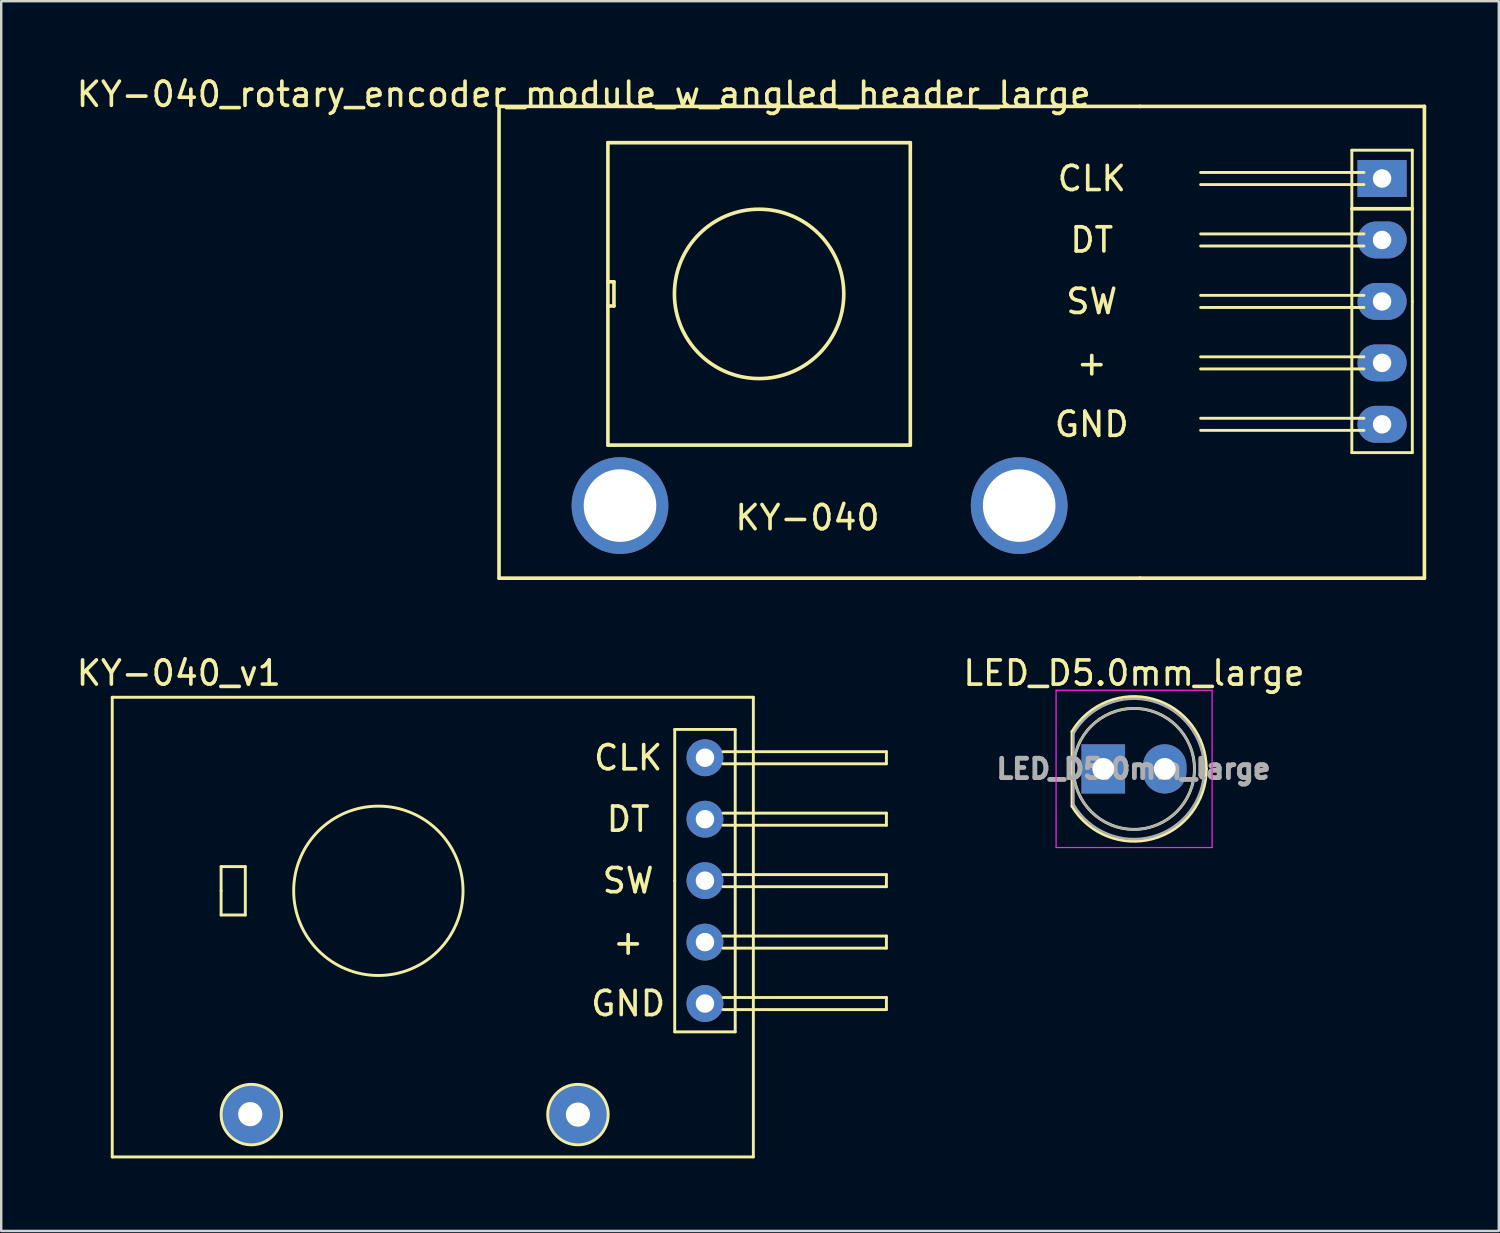
<source format=kicad_pcb>
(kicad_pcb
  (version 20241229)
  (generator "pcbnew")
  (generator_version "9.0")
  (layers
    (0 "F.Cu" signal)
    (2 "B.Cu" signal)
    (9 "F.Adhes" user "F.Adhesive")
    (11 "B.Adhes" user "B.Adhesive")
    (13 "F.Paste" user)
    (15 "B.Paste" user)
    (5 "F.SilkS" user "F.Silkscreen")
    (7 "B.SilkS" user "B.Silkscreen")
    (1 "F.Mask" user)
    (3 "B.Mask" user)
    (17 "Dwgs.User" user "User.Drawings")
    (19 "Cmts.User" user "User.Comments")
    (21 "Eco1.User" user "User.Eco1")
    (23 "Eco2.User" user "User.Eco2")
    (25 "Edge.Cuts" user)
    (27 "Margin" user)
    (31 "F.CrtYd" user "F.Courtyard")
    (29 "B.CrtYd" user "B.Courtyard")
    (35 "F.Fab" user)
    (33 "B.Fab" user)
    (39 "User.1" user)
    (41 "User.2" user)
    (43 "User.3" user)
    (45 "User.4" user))
  (footprint "KY-040_v1"
    (layer "F.Cu")
    (at 26.089 28.271)
    (property "Reference" "KY-040_v1" (at -21.75 -3.5 0) (layer "F.SilkS") (effects (font (size 1 1) (thickness 0.15))))
    (attr through_hole)
    (fp_line (start -24.5 -2.5) (end -24.5 16.5) (stroke (width 0.12) (type solid)) (layer "F.SilkS"))
    (fp_line (start -24.5 16.5) (end 2 16.5) (stroke (width 0.12) (type solid)) (layer "F.SilkS"))
    (fp_line (start -20 4.5) (end -19 4.5) (stroke (width 0.12) (type solid)) (layer "F.SilkS"))
    (fp_line (start -20 5.5) (end -20 4.5) (stroke (width 0.12) (type solid)) (layer "F.SilkS"))
    (fp_line (start -20 5.5) (end -20 6.5) (stroke (width 0.12) (type solid)) (layer "F.SilkS"))
    (fp_line (start -20 6.5) (end -19 6.5) (stroke (width 0.12) (type solid)) (layer "F.SilkS"))
    (fp_line (start -19 4.5) (end -19 6.5) (stroke (width 0.12) (type solid)) (layer "F.SilkS"))
    (fp_line (start -1.25 -1.17) (end 1.25 -1.17) (stroke (width 0.12) (type solid)) (layer "F.SilkS"))
    (fp_line (start -1.25 5.08) (end -1.25 -1.17) (stroke (width 0.12) (type solid)) (layer "F.SilkS"))
    (fp_line (start -1.25 11.33) (end -1.25 5.08) (stroke (width 0.12) (type solid)) (layer "F.SilkS"))
    (fp_line (start 0.75 -0.25) (end 7.5 -0.25) (stroke (width 0.12) (type solid)) (layer "F.SilkS"))
    (fp_line (start 0.75 2.29) (end 7.5 2.29) (stroke (width 0.12) (type solid)) (layer "F.SilkS"))
    (fp_line (start 0.75 4.83) (end 7.5 4.83) (stroke (width 0.12) (type solid)) (layer "F.SilkS"))
    (fp_line (start 0.75 7.37) (end 7.5 7.37) (stroke (width 0.12) (type solid)) (layer "F.SilkS"))
    (fp_line (start 0.75 9.91) (end 7.5 9.91) (stroke (width 0.12) (type solid)) (layer "F.SilkS"))
    (fp_line (start 1.25 -1.17) (end 1.25 11.33) (stroke (width 0.12) (type solid)) (layer "F.SilkS"))
    (fp_line (start 1.25 11.33) (end -1.25 11.33) (stroke (width 0.12) (type solid)) (layer "F.SilkS"))
    (fp_line (start 2 -2.5) (end -24.5 -2.5) (stroke (width 0.12) (type solid)) (layer "F.SilkS"))
    (fp_line (start 2 16.5) (end 2 -2.5) (stroke (width 0.12) (type solid)) (layer "F.SilkS"))
    (fp_line (start 7.5 -0.25) (end 7.5 0.25) (stroke (width 0.12) (type solid)) (layer "F.SilkS"))
    (fp_line (start 7.5 0.25) (end 0.75 0.25) (stroke (width 0.12) (type solid)) (layer "F.SilkS"))
    (fp_line (start 7.5 2.29) (end 7.5 2.79) (stroke (width 0.12) (type solid)) (layer "F.SilkS"))
    (fp_line (start 7.5 2.79) (end 0.75 2.79) (stroke (width 0.12) (type solid)) (layer "F.SilkS"))
    (fp_line (start 7.5 4.83) (end 7.5 5.33) (stroke (width 0.12) (type solid)) (layer "F.SilkS"))
    (fp_line (start 7.5 5.33) (end 0.75 5.33) (stroke (width 0.12) (type solid)) (layer "F.SilkS"))
    (fp_line (start 7.5 7.37) (end 7.5 7.87) (stroke (width 0.12) (type solid)) (layer "F.SilkS"))
    (fp_line (start 7.5 7.87) (end 0.75 7.87) (stroke (width 0.12) (type solid)) (layer "F.SilkS"))
    (fp_line (start 7.5 9.91) (end 7.5 10.41) (stroke (width 0.12) (type solid)) (layer "F.SilkS"))
    (fp_line (start 7.5 10.41) (end 0.75 10.41) (stroke (width 0.12) (type solid)) (layer "F.SilkS"))
    (fp_circle (center -18.75 14.75) (end -17.5 14.75) (stroke (width 0.12) (type solid)) (fill no) (layer "F.SilkS"))
    (fp_circle (center -13.5 5.5) (end -10 5.5) (stroke (width 0.12) (type solid)) (fill no) (layer "F.SilkS"))
    (fp_circle (center -5.25 14.75) (end -4 14.75) (stroke (width 0.12) (type solid)) (fill no) (layer "F.SilkS"))
    (fp_text user "GND" (at -3.175 10.16 0) (layer "F.SilkS") (effects (font (size 1 1) (thickness 0.15))))
    (fp_text user "SW" (at -3.175 5.08 0) (layer "F.SilkS") (effects (font (size 1 1) (thickness 0.15))))
    (fp_text user "CLK" (at -3.175 0 0) (layer "F.SilkS") (effects (font (size 1 1) (thickness 0.15))))
    (fp_text user "+" (at -3.175 7.62 0) (layer "F.SilkS") (effects (font (size 1 1) (thickness 0.15))))
    (fp_text user "DT" (at -3.175 2.54 0) (layer "F.SilkS") (effects (font (size 1 1) (thickness 0.15))))
    (pad "" np_thru_hole circle (at -18.796 14.732) (size 2.5 2.5) (drill 1) (layers "*.Cu" "*.Mask"))
    (pad "" np_thru_hole circle (at -5.25 14.75) (size 2.5 2.5) (drill 1) (layers "*.Cu" "*.Mask"))
    (pad "1" thru_hole circle (at 0 0) (size 1.524 1.524) (drill 0.762) (layers "*.Cu" "*.Mask"))
    (pad "2" thru_hole circle (at 0 2.54) (size 1.524 1.524) (drill 0.762) (layers "*.Cu" "*.Mask"))
    (pad "3" thru_hole circle (at 0 5.08) (size 1.524 1.524) (drill 0.762) (layers "*.Cu" "*.Mask"))
    (pad "4" thru_hole circle (at 0 7.62) (size 1.524 1.524) (drill 0.762) (layers "*.Cu" "*.Mask"))
    (pad "5" thru_hole circle (at 0 10.16) (size 1.524 1.524) (drill 0.762) (layers "*.Cu" "*.Mask")))
  (footprint "LED_D5.0mm_large"
    (layer "F.Cu")
    (at 42.552 28.732)
    (property "Reference" "LED_D5.0mm_large" (at 1.27 -3.96 0) (layer "F.SilkS") (effects (font (size 1 1) (thickness 0.15))))
    (attr through_hole)
    (fp_line (start -1.29 -1.545) (end -1.29 1.545) (stroke (width 0.12) (type solid)) (layer "F.SilkS"))
    (fp_arc (start -1.29 -1.54483) (mid 2.072002 -2.880433) (end 4.26 0.000462) (stroke (width 0.12) (type solid)) (layer "F.SilkS"))
    (fp_arc (start 4.26 -0.000462) (mid 2.072002 2.880433) (end -1.29 1.54483) (stroke (width 0.12) (type solid)) (layer "F.SilkS"))
    (fp_circle (center 1.27 0) (end 3.77 0) (stroke (width 0.12) (type solid)) (fill no) (layer "F.SilkS"))
    (fp_line (start -1.95 -3.25) (end -1.95 3.25) (stroke (width 0.05) (type solid)) (layer "F.CrtYd"))
    (fp_line (start -1.95 3.25) (end 4.5 3.25) (stroke (width 0.05) (type solid)) (layer "F.CrtYd"))
    (fp_line (start 4.5 -3.25) (end -1.95 -3.25) (stroke (width 0.05) (type solid)) (layer "F.CrtYd"))
    (fp_line (start 4.5 3.25) (end 4.5 -3.25) (stroke (width 0.05) (type solid)) (layer "F.CrtYd"))
    (fp_line (start -1.23 -1.47) (end -1.23 1.47) (stroke (width 0.1) (type solid)) (layer "F.Fab"))
    (fp_arc (start -1.23 -1.469694) (mid 4.17 0.000016) (end -1.230016 1.469666) (stroke (width 0.1) (type solid)) (layer "F.Fab"))
    (fp_circle (center 1.27 0) (end 3.77 0) (stroke (width 0.1) (type solid)) (fill no) (layer "F.Fab"))
    (fp_text user "${REFERENCE}" (at 1.25 0 0) (layer "F.Fab") (effects (font (size 0.8 0.8) (thickness 0.2))))
    (pad "1" thru_hole rect (at 0 0) (size 1.8 2.032) (drill 0.9) (layers "*.Cu" "*.Mask"))
    (pad "2" thru_hole oval (at 2.54 0) (size 1.8 2.032) (drill 0.9) (layers "*.Cu" "*.Mask")))
  (footprint "KY-040_rotary_encoder_module_w_angled_header_large"
    (layer "F.Cu")
    (at 42.077 4.348)
    (property "Reference" "KY-040_rotary_encoder_module_w_angled_header_large" (at -21 -3.5 0) (layer "F.SilkS") (effects (font (size 1 1) (thickness 0.15))))
    (attr through_hole)
    (fp_line (start -24.5 -3) (end 2 -3) (stroke (width 0.15) (type solid)) (layer "F.SilkS"))
    (fp_line (start -24.5 16.5) (end -24.5 -3) (stroke (width 0.15) (type solid)) (layer "F.SilkS"))
    (fp_line (start -20 -1.5) (end -7.5 -1.5) (stroke (width 0.15) (type solid)) (layer "F.SilkS"))
    (fp_line (start -20 4.25) (end -19.75 4.25) (stroke (width 0.15) (type solid)) (layer "F.SilkS"))
    (fp_line (start -20 11) (end -20 -1.5) (stroke (width 0.15) (type solid)) (layer "F.SilkS"))
    (fp_line (start -19.75 4.25) (end -19.75 5.25) (stroke (width 0.15) (type solid)) (layer "F.SilkS"))
    (fp_line (start -19.75 5.25) (end -20 5.25) (stroke (width 0.15) (type solid)) (layer "F.SilkS"))
    (fp_line (start -7.5 -1.5) (end -7.5 11) (stroke (width 0.15) (type solid)) (layer "F.SilkS"))
    (fp_line (start -7.5 11) (end -20 11) (stroke (width 0.15) (type solid)) (layer "F.SilkS"))
    (fp_line (start 2 16.5) (end -24.5 16.5) (stroke (width 0.15) (type solid)) (layer "F.SilkS"))
    (fp_line (start 2 16.5) (end 13.75 16.5) (stroke (width 0.15) (type solid)) (layer "F.SilkS"))
    (fp_line (start 4.5 0.231) (end 11.25 0.231) (stroke (width 0.12) (type solid)) (layer "F.SilkS"))
    (fp_line (start 4.5 2.771) (end 11.25 2.771) (stroke (width 0.12) (type solid)) (layer "F.SilkS"))
    (fp_line (start 4.5 5.311) (end 11.25 5.311) (stroke (width 0.12) (type solid)) (layer "F.SilkS"))
    (fp_line (start 4.5 7.851) (end 11.25 7.851) (stroke (width 0.12) (type solid)) (layer "F.SilkS"))
    (fp_line (start 4.5 10.391) (end 11.25 10.391) (stroke (width 0.12) (type solid)) (layer "F.SilkS"))
    (fp_line (start 10.75 -1.189) (end 10.75 11.311) (stroke (width 0.12) (type solid)) (layer "F.SilkS"))
    (fp_line (start 10.75 1.231) (end 13.25 1.231) (stroke (width 0.15) (type solid)) (layer "F.SilkS"))
    (fp_line (start 10.75 11.311) (end 13.25 11.311) (stroke (width 0.12) (type solid)) (layer "F.SilkS"))
    (fp_line (start 11.25 -0.269) (end 4.5 -0.269) (stroke (width 0.12) (type solid)) (layer "F.SilkS"))
    (fp_line (start 11.25 2.271) (end 4.5 2.271) (stroke (width 0.12) (type solid)) (layer "F.SilkS"))
    (fp_line (start 11.25 4.811) (end 4.5 4.811) (stroke (width 0.12) (type solid)) (layer "F.SilkS"))
    (fp_line (start 11.25 7.351) (end 4.5 7.351) (stroke (width 0.12) (type solid)) (layer "F.SilkS"))
    (fp_line (start 11.25 9.891) (end 4.5 9.891) (stroke (width 0.12) (type solid)) (layer "F.SilkS"))
    (fp_line (start 13.25 -1.189) (end 10.75 -1.189) (stroke (width 0.12) (type solid)) (layer "F.SilkS"))
    (fp_line (start 13.25 5.061) (end 13.25 -1.189) (stroke (width 0.12) (type solid)) (layer "F.SilkS"))
    (fp_line (start 13.25 11.311) (end 13.25 5.061) (stroke (width 0.12) (type solid)) (layer "F.SilkS"))
    (fp_line (start 13.75 -3) (end 2 -3) (stroke (width 0.15) (type solid)) (layer "F.SilkS"))
    (fp_line (start 13.75 -3) (end 13.75 16.5) (stroke (width 0.15) (type solid)) (layer "F.SilkS"))
    (fp_circle (center -13.75 4.75) (end -10.25 4.75) (stroke (width 0.15) (type solid)) (fill no) (layer "F.SilkS"))
    (fp_text user "CLK" (at 0 -0.019 0) (layer "F.SilkS") (effects (font (size 1 1) (thickness 0.15))))
    (fp_text user "+" (at 0 7.601 0) (layer "F.SilkS") (effects (font (size 1 1) (thickness 0.15))))
    (fp_text user "DT" (at 0 2.521 0) (layer "F.SilkS") (effects (font (size 1 1) (thickness 0.15))))
    (fp_text user "SW" (at 0 5.061 0) (layer "F.SilkS") (effects (font (size 1 1) (thickness 0.15))))
    (fp_text user "GND" (at 0 10.141 0) (layer "F.SilkS") (effects (font (size 1 1) (thickness 0.15))))
    (fp_text user "KY-040" (at -11.75 14 0) (unlocked yes) (layer "F.SilkS") (effects (font (size 1 1) (thickness 0.15))))
    (pad "" np_thru_hole circle (at -19.5 13.5) (size 4 4) (drill 3) (layers "*.Cu" "*.Mask"))
    (pad "" np_thru_hole circle (at -3 13.5) (size 4 4) (drill 3) (layers "*.Cu" "*.Mask"))
    (pad "1" thru_hole rect (at 12 -0.019) (size 2.032 1.524) (drill 0.762) (layers "*.Cu" "*.Mask"))
    (pad "2" thru_hole oval (at 12 2.521) (size 2.032 1.524) (drill 0.762) (layers "*.Cu" "*.Mask"))
    (pad "3" thru_hole oval (at 12 5.061) (size 2.032 1.524) (drill 0.762) (layers "*.Cu" "*.Mask"))
    (pad "4" thru_hole oval (at 12 7.601) (size 2.032 1.524) (drill 0.762) (layers "*.Cu" "*.Mask"))
    (pad "5" thru_hole oval (at 12 10.141) (size 2.032 1.524) (drill 0.762) (layers "*.Cu" "*.Mask")))
  (gr_rect
    (start -3 -3)
    (end 58.902 47.831)
    (stroke (width 0.1) (type default))
    (fill no)
    (layer "Edge.Cuts")))
</source>
